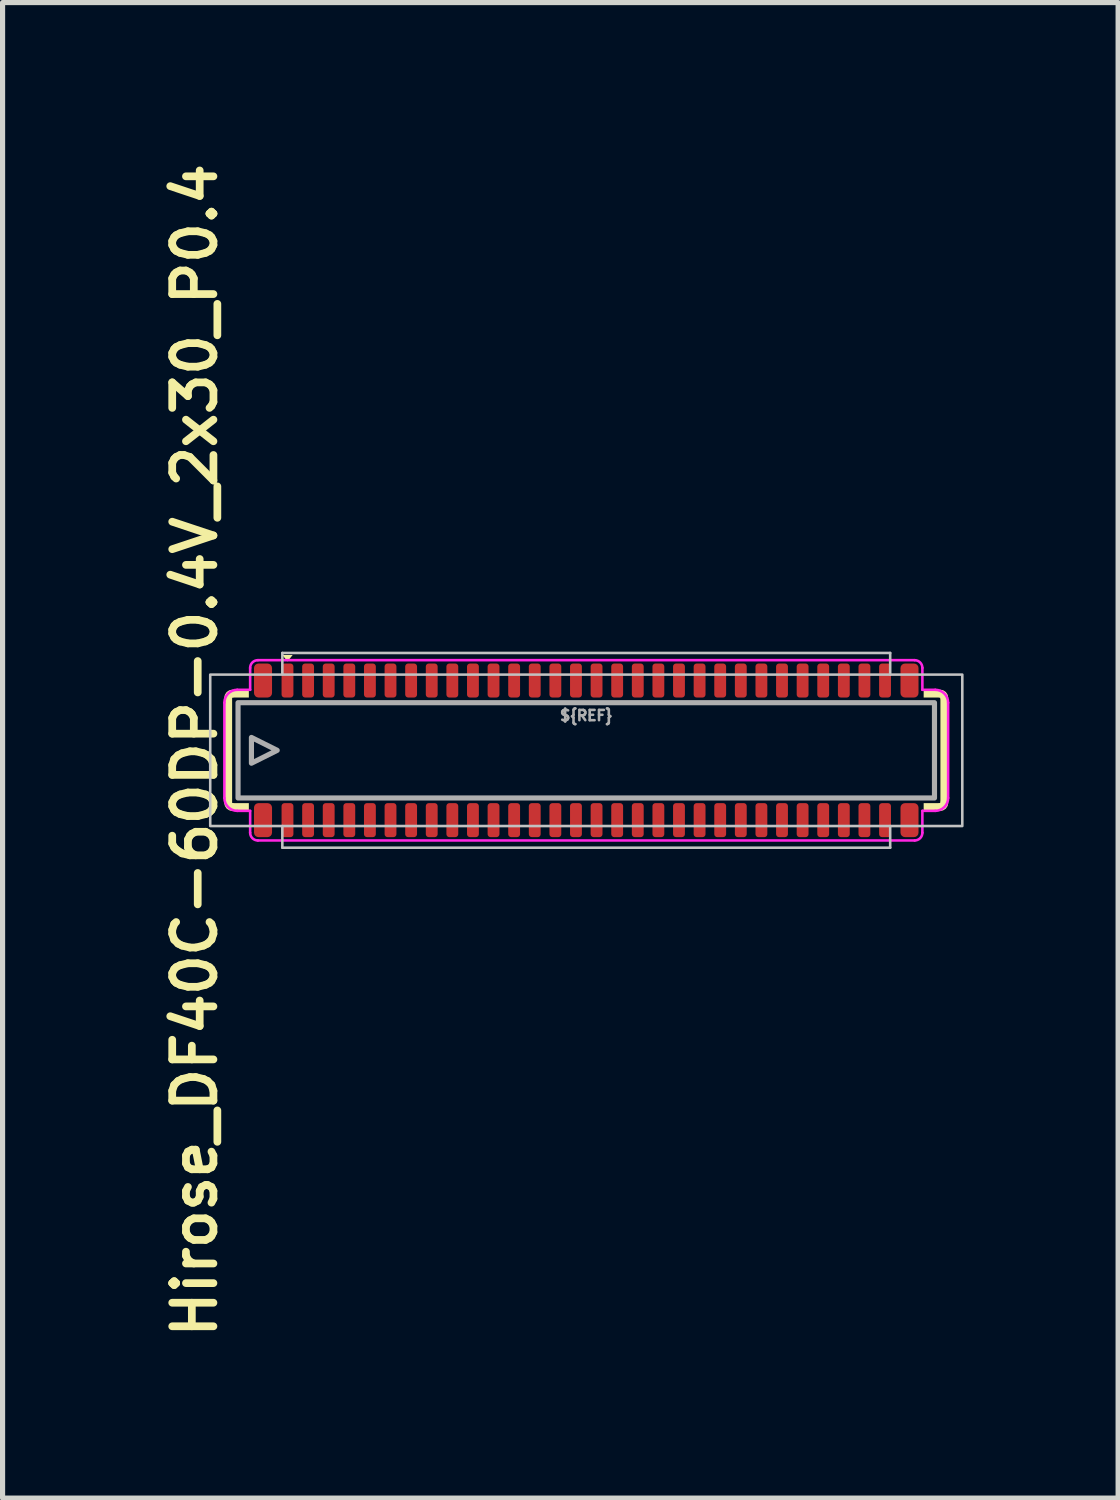
<source format=kicad_pcb>
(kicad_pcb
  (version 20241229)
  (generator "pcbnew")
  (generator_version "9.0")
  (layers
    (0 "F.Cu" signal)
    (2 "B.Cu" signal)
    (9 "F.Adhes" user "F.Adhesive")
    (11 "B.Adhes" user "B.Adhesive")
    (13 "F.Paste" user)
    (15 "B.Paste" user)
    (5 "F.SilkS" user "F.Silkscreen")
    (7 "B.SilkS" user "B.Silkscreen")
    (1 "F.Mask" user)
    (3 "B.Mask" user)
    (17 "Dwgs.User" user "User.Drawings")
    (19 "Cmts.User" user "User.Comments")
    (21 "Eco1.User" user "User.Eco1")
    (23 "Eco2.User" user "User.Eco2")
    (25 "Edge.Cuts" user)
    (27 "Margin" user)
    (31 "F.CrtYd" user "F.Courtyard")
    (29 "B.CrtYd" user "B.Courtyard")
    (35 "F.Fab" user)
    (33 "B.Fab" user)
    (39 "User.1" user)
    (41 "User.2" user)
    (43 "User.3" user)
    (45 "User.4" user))
  (footprint "Hirose_DF40C-60DP-0.4V_2x30_P0.4"
    (layer "F.Cu")
    (at 8.331 11.516)
    (property "Reference" "Hirose_DF40C-60DP-0.4V_2x30_P0.4" (at -7.6 0 90) (unlocked yes) (layer "F.SilkS") (effects (font (size 0.8 0.8) (thickness 0.15))))
    (attr smd)
    (fp_arc (start -6.95 -1.025) (mid -6.928033 -1.078033) (end -6.875 -1.1) (stroke (width 0.15) (type solid)) (layer "F.SilkS"))
    (fp_arc (start -6.875 1.1) (mid -6.928033 1.078033) (end -6.95 1.025) (stroke (width 0.15) (type solid)) (layer "F.SilkS"))
    (fp_arc (start 6.875 -1.1) (mid 6.928033 -1.078033) (end 6.95 -1.025) (stroke (width 0.15) (type solid)) (layer "F.SilkS"))
    (fp_arc (start 6.95 1.025) (mid 6.928033 1.078033) (end 6.875 1.1) (stroke (width 0.15) (type solid)) (layer "F.SilkS"))
    (fp_poly (pts (xy -5.8 -1.725) (xy -5.9 -1.85) (xy -5.7 -1.85)) (stroke (width 0) (type solid)) (fill yes) (layer "F.SilkS"))
    (fp_poly (pts (xy -6.55 -1.025) (xy -6.875 -1.025) (xy -6.875 1.025) (xy -6.55 1.025) (xy -6.55 1.175) (xy -6.875 1.175) (xy -7.025 1.025) (xy -7.025 -1.025) (xy -6.875 -1.175) (xy -6.55 -1.175)) (stroke (width 0) (type solid)) (fill yes) (layer "F.SilkS"))
    (fp_poly (pts (xy 6.55 1.025) (xy 6.875 1.025) (xy 6.875 -1.025) (xy 6.55 -1.025) (xy 6.55 -1.175) (xy 6.875 -1.175) (xy 7.025 -1.025) (xy 7.025 1.025) (xy 6.875 1.175) (xy 6.55 1.175)) (stroke (width 0) (type solid)) (fill yes) (layer "F.SilkS"))
    (fp_line (start -5.9 -1.89) (end -5.9 -1.48) (stroke (width 0.05) (type solid)) (layer "Dwgs.User"))
    (fp_line (start -5.9 -1.89) (end 5.9 -1.89) (stroke (width 0.05) (type solid)) (layer "Dwgs.User"))
    (fp_line (start -5.9 1.89) (end -5.9 1.47) (stroke (width 0.05) (type solid)) (layer "Dwgs.User"))
    (fp_line (start -5.9 1.89) (end 5.9 1.89) (stroke (width 0.05) (type solid)) (layer "Dwgs.User"))
    (fp_line (start 5.9 -1.89) (end 5.9 -1.47) (stroke (width 0.05) (type solid)) (layer "Dwgs.User"))
    (fp_line (start 5.9 1.89) (end 5.9 1.47) (stroke (width 0.05) (type solid)) (layer "Dwgs.User"))
    (fp_rect (start -7.3 -1.47) (end 7.3 1.47) (stroke (width 0.05) (type solid)) (fill no) (layer "Dwgs.User"))
    (fp_line (start -7.025 -0.925) (end -7.025 0.925) (stroke (width 0.05) (type solid)) (layer "F.CrtYd"))
    (fp_line (start -6.525 -1.6) (end -6.525 -1.175) (stroke (width 0.05) (type solid)) (layer "F.CrtYd"))
    (fp_line (start -6.525 -1.175) (end -6.775 -1.175) (stroke (width 0.05) (type solid)) (layer "F.CrtYd"))
    (fp_line (start -6.525 1.175) (end -6.775 1.175) (stroke (width 0.05) (type solid)) (layer "F.CrtYd"))
    (fp_line (start -6.525 1.6) (end -6.525 1.175) (stroke (width 0.05) (type solid)) (layer "F.CrtYd"))
    (fp_line (start -6.375 1.75) (end 6.375 1.75) (stroke (width 0.05) (type solid)) (layer "F.CrtYd"))
    (fp_line (start 6.375 -1.75) (end -6.375 -1.75) (stroke (width 0.05) (type solid)) (layer "F.CrtYd"))
    (fp_line (start 6.525 -1.6) (end 6.525 -1.175) (stroke (width 0.05) (type solid)) (layer "F.CrtYd"))
    (fp_line (start 6.525 -1.175) (end 6.775 -1.175) (stroke (width 0.05) (type solid)) (layer "F.CrtYd"))
    (fp_line (start 6.525 1.175) (end 6.775 1.175) (stroke (width 0.05) (type solid)) (layer "F.CrtYd"))
    (fp_line (start 6.525 1.6) (end 6.525 1.175) (stroke (width 0.05) (type solid)) (layer "F.CrtYd"))
    (fp_line (start 7.025 0.925) (end 7.025 -0.925) (stroke (width 0.05) (type solid)) (layer "F.CrtYd"))
    (fp_arc (start -7.025 -0.925) (mid -6.951777 -1.101777) (end -6.775 -1.175) (stroke (width 0.05) (type solid)) (layer "F.CrtYd"))
    (fp_arc (start -6.775 1.175) (mid -6.951777 1.101777) (end -7.025 0.925) (stroke (width 0.05) (type solid)) (layer "F.CrtYd"))
    (fp_arc (start -6.525 -1.6) (mid -6.481066 -1.706066) (end -6.375 -1.75) (stroke (width 0.05) (type solid)) (layer "F.CrtYd"))
    (fp_arc (start -6.375 1.75) (mid -6.481066 1.706066) (end -6.525 1.6) (stroke (width 0.05) (type solid)) (layer "F.CrtYd"))
    (fp_arc (start 6.375 -1.75) (mid 6.481066 -1.706066) (end 6.525 -1.6) (stroke (width 0.05) (type solid)) (layer "F.CrtYd"))
    (fp_arc (start 6.525 1.6) (mid 6.481066 1.706066) (end 6.375 1.75) (stroke (width 0.05) (type solid)) (layer "F.CrtYd"))
    (fp_arc (start 6.775 -1.175) (mid 6.951777 -1.101777) (end 7.025 -0.925) (stroke (width 0.05) (type solid)) (layer "F.CrtYd"))
    (fp_arc (start 7.025 0.925) (mid 6.951777 1.101777) (end 6.775 1.175) (stroke (width 0.05) (type solid)) (layer "F.CrtYd"))
    (fp_rect (start -6.76 -0.925) (end 6.76 0.925) (stroke (width 0.1) (type solid)) (fill no) (layer "F.Fab"))
    (fp_poly (pts (xy -6 0) (xy -6.5 0.25) (xy -6.5 -0.25)) (stroke (width 0.1) (type solid)) (fill no) (layer "F.Fab"))
    (fp_text user "${REF}" (at 0 -0.675 0) (unlocked yes) (layer "F.Fab") (effects (font (size 0.2 0.2) (thickness 0.05))))
    (pad "1" smd roundrect (at -5.8 -1.355) (size 0.23 0.66) (layers "F.Cu" "F.Mask" "F.Paste") (roundrect_rratio 0.25))
    (pad "2" smd roundrect (at -5.8 1.355) (size 0.23 0.66) (layers "F.Cu" "F.Mask" "F.Paste") (roundrect_rratio 0.25))
    (pad "3" smd roundrect (at -5.4 -1.355) (size 0.23 0.66) (layers "F.Cu" "F.Mask" "F.Paste") (roundrect_rratio 0.25))
    (pad "4" smd roundrect (at -5.4 1.355) (size 0.23 0.66) (layers "F.Cu" "F.Mask" "F.Paste") (roundrect_rratio 0.25))
    (pad "5" smd roundrect (at -5 -1.355) (size 0.23 0.66) (layers "F.Cu" "F.Mask" "F.Paste") (roundrect_rratio 0.25))
    (pad "6" smd roundrect (at -5 1.355) (size 0.23 0.66) (layers "F.Cu" "F.Mask" "F.Paste") (roundrect_rratio 0.25))
    (pad "7" smd roundrect (at -4.6 -1.355) (size 0.23 0.66) (layers "F.Cu" "F.Mask" "F.Paste") (roundrect_rratio 0.25))
    (pad "8" smd roundrect (at -4.6 1.355) (size 0.23 0.66) (layers "F.Cu" "F.Mask" "F.Paste") (roundrect_rratio 0.25))
    (pad "9" smd roundrect (at -4.2 -1.355) (size 0.23 0.66) (layers "F.Cu" "F.Mask" "F.Paste") (roundrect_rratio 0.25))
    (pad "10" smd roundrect (at -4.2 1.355) (size 0.23 0.66) (layers "F.Cu" "F.Mask" "F.Paste") (roundrect_rratio 0.25))
    (pad "11" smd roundrect (at -3.8 -1.355) (size 0.23 0.66) (layers "F.Cu" "F.Mask" "F.Paste") (roundrect_rratio 0.25))
    (pad "12" smd roundrect (at -3.8 1.355) (size 0.23 0.66) (layers "F.Cu" "F.Mask" "F.Paste") (roundrect_rratio 0.25))
    (pad "13" smd roundrect (at -3.4 -1.355) (size 0.23 0.66) (layers "F.Cu" "F.Mask" "F.Paste") (roundrect_rratio 0.25))
    (pad "14" smd roundrect (at -3.4 1.355) (size 0.23 0.66) (layers "F.Cu" "F.Mask" "F.Paste") (roundrect_rratio 0.25))
    (pad "15" smd roundrect (at -3 -1.355) (size 0.23 0.66) (layers "F.Cu" "F.Mask" "F.Paste") (roundrect_rratio 0.25))
    (pad "16" smd roundrect (at -3 1.355) (size 0.23 0.66) (layers "F.Cu" "F.Mask" "F.Paste") (roundrect_rratio 0.25))
    (pad "17" smd roundrect (at -2.6 -1.355) (size 0.23 0.66) (layers "F.Cu" "F.Mask" "F.Paste") (roundrect_rratio 0.25))
    (pad "18" smd roundrect (at -2.6 1.355) (size 0.23 0.66) (layers "F.Cu" "F.Mask" "F.Paste") (roundrect_rratio 0.25))
    (pad "19" smd roundrect (at -2.2 -1.355) (size 0.23 0.66) (layers "F.Cu" "F.Mask" "F.Paste") (roundrect_rratio 0.25))
    (pad "20" smd roundrect (at -2.2 1.355) (size 0.23 0.66) (layers "F.Cu" "F.Mask" "F.Paste") (roundrect_rratio 0.25))
    (pad "21" smd roundrect (at -1.8 -1.355) (size 0.23 0.66) (layers "F.Cu" "F.Mask" "F.Paste") (roundrect_rratio 0.25))
    (pad "22" smd roundrect (at -1.8 1.355) (size 0.23 0.66) (layers "F.Cu" "F.Mask" "F.Paste") (roundrect_rratio 0.25))
    (pad "23" smd roundrect (at -1.4 -1.355) (size 0.23 0.66) (layers "F.Cu" "F.Mask" "F.Paste") (roundrect_rratio 0.25))
    (pad "24" smd roundrect (at -1.4 1.355) (size 0.23 0.66) (layers "F.Cu" "F.Mask" "F.Paste") (roundrect_rratio 0.25))
    (pad "25" smd roundrect (at -1 -1.355) (size 0.23 0.66) (layers "F.Cu" "F.Mask" "F.Paste") (roundrect_rratio 0.25))
    (pad "26" smd roundrect (at -1 1.355) (size 0.23 0.66) (layers "F.Cu" "F.Mask" "F.Paste") (roundrect_rratio 0.25))
    (pad "27" smd roundrect (at -0.6 -1.355) (size 0.23 0.66) (layers "F.Cu" "F.Mask" "F.Paste") (roundrect_rratio 0.25))
    (pad "28" smd roundrect (at -0.6 1.355) (size 0.23 0.66) (layers "F.Cu" "F.Mask" "F.Paste") (roundrect_rratio 0.25))
    (pad "29" smd roundrect (at -0.2 -1.355) (size 0.23 0.66) (layers "F.Cu" "F.Mask" "F.Paste") (roundrect_rratio 0.25))
    (pad "30" smd roundrect (at -0.2 1.355) (size 0.23 0.66) (layers "F.Cu" "F.Mask" "F.Paste") (roundrect_rratio 0.25))
    (pad "31" smd roundrect (at 0.2 -1.355) (size 0.23 0.66) (layers "F.Cu" "F.Mask" "F.Paste") (roundrect_rratio 0.25))
    (pad "32" smd roundrect (at 0.2 1.355) (size 0.23 0.66) (layers "F.Cu" "F.Mask" "F.Paste") (roundrect_rratio 0.25))
    (pad "33" smd roundrect (at 0.6 -1.355) (size 0.23 0.66) (layers "F.Cu" "F.Mask" "F.Paste") (roundrect_rratio 0.25))
    (pad "34" smd roundrect (at 0.6 1.355) (size 0.23 0.66) (layers "F.Cu" "F.Mask" "F.Paste") (roundrect_rratio 0.25))
    (pad "35" smd roundrect (at 1 -1.355) (size 0.23 0.66) (layers "F.Cu" "F.Mask" "F.Paste") (roundrect_rratio 0.25))
    (pad "36" smd roundrect (at 1 1.355) (size 0.23 0.66) (layers "F.Cu" "F.Mask" "F.Paste") (roundrect_rratio 0.25))
    (pad "37" smd roundrect (at 1.4 -1.355) (size 0.23 0.66) (layers "F.Cu" "F.Mask" "F.Paste") (roundrect_rratio 0.25))
    (pad "38" smd roundrect (at 1.4 1.355) (size 0.23 0.66) (layers "F.Cu" "F.Mask" "F.Paste") (roundrect_rratio 0.25))
    (pad "39" smd roundrect (at 1.8 -1.355) (size 0.23 0.66) (layers "F.Cu" "F.Mask" "F.Paste") (roundrect_rratio 0.25))
    (pad "40" smd roundrect (at 1.8 1.355) (size 0.23 0.66) (layers "F.Cu" "F.Mask" "F.Paste") (roundrect_rratio 0.25))
    (pad "41" smd roundrect (at 2.2 -1.355) (size 0.23 0.66) (layers "F.Cu" "F.Mask" "F.Paste") (roundrect_rratio 0.25))
    (pad "42" smd roundrect (at 2.2 1.355) (size 0.23 0.66) (layers "F.Cu" "F.Mask" "F.Paste") (roundrect_rratio 0.25))
    (pad "43" smd roundrect (at 2.6 -1.355) (size 0.23 0.66) (layers "F.Cu" "F.Mask" "F.Paste") (roundrect_rratio 0.25))
    (pad "44" smd roundrect (at 2.6 1.355) (size 0.23 0.66) (layers "F.Cu" "F.Mask" "F.Paste") (roundrect_rratio 0.25))
    (pad "45" smd roundrect (at 3 -1.355) (size 0.23 0.66) (layers "F.Cu" "F.Mask" "F.Paste") (roundrect_rratio 0.25))
    (pad "46" smd roundrect (at 3 1.355) (size 0.23 0.66) (layers "F.Cu" "F.Mask" "F.Paste") (roundrect_rratio 0.25))
    (pad "47" smd roundrect (at 3.4 -1.355) (size 0.23 0.66) (layers "F.Cu" "F.Mask" "F.Paste") (roundrect_rratio 0.25))
    (pad "48" smd roundrect (at 3.4 1.355) (size 0.23 0.66) (layers "F.Cu" "F.Mask" "F.Paste") (roundrect_rratio 0.25))
    (pad "49" smd roundrect (at 3.8 -1.355) (size 0.23 0.66) (layers "F.Cu" "F.Mask" "F.Paste") (roundrect_rratio 0.25))
    (pad "50" smd roundrect (at 3.8 1.355) (size 0.23 0.66) (layers "F.Cu" "F.Mask" "F.Paste") (roundrect_rratio 0.25))
    (pad "51" smd roundrect (at 4.2 -1.355) (size 0.23 0.66) (layers "F.Cu" "F.Mask" "F.Paste") (roundrect_rratio 0.25))
    (pad "52" smd roundrect (at 4.2 1.355) (size 0.23 0.66) (layers "F.Cu" "F.Mask" "F.Paste") (roundrect_rratio 0.25))
    (pad "53" smd roundrect (at 4.6 -1.355) (size 0.23 0.66) (layers "F.Cu" "F.Mask" "F.Paste") (roundrect_rratio 0.25))
    (pad "54" smd roundrect (at 4.6 1.355) (size 0.23 0.66) (layers "F.Cu" "F.Mask" "F.Paste") (roundrect_rratio 0.25))
    (pad "55" smd roundrect (at 5 -1.355) (size 0.23 0.66) (layers "F.Cu" "F.Mask" "F.Paste") (roundrect_rratio 0.25))
    (pad "56" smd roundrect (at 5 1.355) (size 0.23 0.66) (layers "F.Cu" "F.Mask" "F.Paste") (roundrect_rratio 0.25))
    (pad "57" smd roundrect (at 5.4 -1.355) (size 0.23 0.66) (layers "F.Cu" "F.Mask" "F.Paste") (roundrect_rratio 0.25))
    (pad "58" smd roundrect (at 5.4 1.355) (size 0.23 0.66) (layers "F.Cu" "F.Mask" "F.Paste") (roundrect_rratio 0.25))
    (pad "59" smd roundrect (at 5.8 -1.355) (size 0.23 0.66) (layers "F.Cu" "F.Mask" "F.Paste") (roundrect_rratio 0.25))
    (pad "60" smd roundrect (at 5.8 1.355) (size 0.23 0.66) (layers "F.Cu" "F.Mask" "F.Paste") (roundrect_rratio 0.25))
    (pad "MP" smd roundrect (at -6.275 -1.355) (size 0.35 0.66) (layers "F.Cu" "F.Mask" "F.Paste") (roundrect_rratio 0.25))
    (pad "MP" smd roundrect (at -6.275 1.355) (size 0.35 0.66) (layers "F.Cu" "F.Mask" "F.Paste") (roundrect_rratio 0.25))
    (pad "MP" smd roundrect (at 6.275 -1.355) (size 0.35 0.66) (layers "F.Cu" "F.Mask" "F.Paste") (roundrect_rratio 0.25))
    (pad "MP" smd roundrect (at 6.275 1.355) (size 0.35 0.66) (layers "F.Cu" "F.Mask" "F.Paste") (roundrect_rratio 0.25)))
  (gr_rect
    (start -3 -3)
    (end 18.656 26.033)
    (stroke (width 0.1) (type default))
    (fill no)
    (layer "Edge.Cuts")))
</source>
